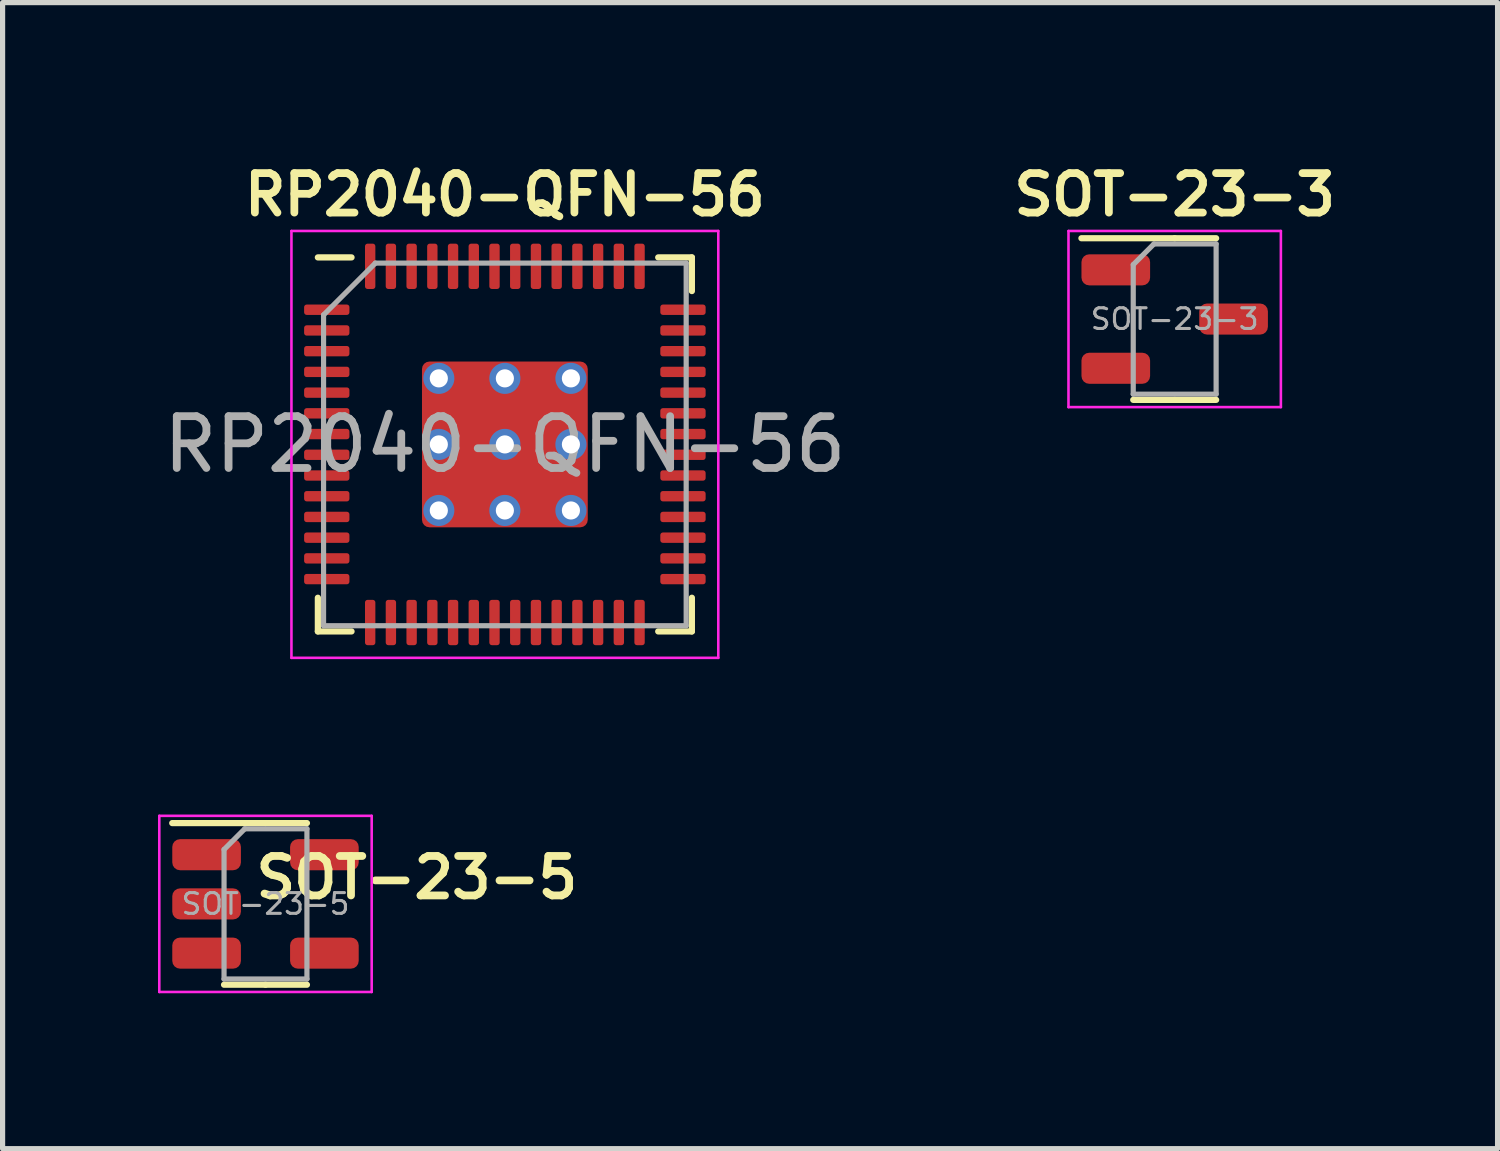
<source format=kicad_pcb>
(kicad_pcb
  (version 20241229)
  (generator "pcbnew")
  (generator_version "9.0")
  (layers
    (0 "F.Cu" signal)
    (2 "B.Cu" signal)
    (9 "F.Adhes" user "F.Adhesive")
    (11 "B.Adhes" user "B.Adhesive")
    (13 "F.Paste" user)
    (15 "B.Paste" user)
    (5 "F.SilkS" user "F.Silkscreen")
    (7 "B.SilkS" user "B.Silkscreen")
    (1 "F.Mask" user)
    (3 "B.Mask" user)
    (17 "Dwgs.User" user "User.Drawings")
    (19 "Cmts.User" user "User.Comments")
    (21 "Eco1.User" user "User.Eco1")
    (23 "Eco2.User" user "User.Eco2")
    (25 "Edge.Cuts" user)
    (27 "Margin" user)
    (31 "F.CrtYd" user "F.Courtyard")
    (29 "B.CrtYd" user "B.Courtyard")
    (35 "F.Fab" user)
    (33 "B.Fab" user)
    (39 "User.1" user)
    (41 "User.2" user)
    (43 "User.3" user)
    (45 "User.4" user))
  (footprint "SOT-23-3"
    (layer "F.Cu")
    (at 19.626 3.109)
    (property "Reference" "SOT-23-3" (at 0 -2.4 180) (layer "F.SilkS") (effects (font (size 0.762 0.762) (thickness 0.15))))
    (attr smd)
    (fp_line (start -1.8 -1.56) (end 0 -1.56) (stroke (width 0.12) (type solid)) (layer "F.SilkS"))
    (fp_line (start -0.8 1.56) (end 0 1.56) (stroke (width 0.12) (type solid)) (layer "F.SilkS"))
    (fp_line (start 0.8 -1.56) (end 0 -1.56) (stroke (width 0.12) (type solid)) (layer "F.SilkS"))
    (fp_line (start 0.8 1.56) (end 0 1.56) (stroke (width 0.12) (type solid)) (layer "F.SilkS"))
    (fp_line (start -2.05 -1.7) (end 2.05 -1.7) (stroke (width 0.05) (type solid)) (layer "F.CrtYd"))
    (fp_line (start -2.05 1.7) (end -2.05 -1.7) (stroke (width 0.05) (type solid)) (layer "F.CrtYd"))
    (fp_line (start 2.05 -1.7) (end 2.05 1.7) (stroke (width 0.05) (type solid)) (layer "F.CrtYd"))
    (fp_line (start 2.05 1.7) (end -2.05 1.7) (stroke (width 0.05) (type solid)) (layer "F.CrtYd"))
    (fp_line (start -0.8 -1.05) (end -0.8 1.45) (stroke (width 0.1) (type solid)) (layer "F.Fab"))
    (fp_line (start -0.8 1.45) (end 0.8 1.45) (stroke (width 0.1) (type solid)) (layer "F.Fab"))
    (fp_line (start -0.4 -1.45) (end -0.8 -1.05) (stroke (width 0.1) (type solid)) (layer "F.Fab"))
    (fp_line (start 0.8 -1.45) (end -0.4 -1.45) (stroke (width 0.1) (type solid)) (layer "F.Fab"))
    (fp_line (start 0.8 1.45) (end 0.8 -1.45) (stroke (width 0.1) (type solid)) (layer "F.Fab"))
    (fp_text user "${REFERENCE}" (at 0 0 180) (layer "F.Fab") (effects (font (size 0.4 0.4) (thickness 0.06))))
    (pad "1" smd roundrect (at -1.137 -0.95 180) (size 1.325 0.6) (layers "F.Cu" "F.Mask" "F.Paste") (roundrect_rratio 0.25))
    (pad "2" smd roundrect (at -1.137 0.95 180) (size 1.325 0.6) (layers "F.Cu" "F.Mask" "F.Paste") (roundrect_rratio 0.25))
    (pad "3" smd roundrect (at 1.137 0 180) (size 1.325 0.6) (layers "F.Cu" "F.Mask" "F.Paste") (roundrect_rratio 0.25)))
  (footprint "RP2040-QFN-56"
    (layer "F.Cu")
    (at 6.696 5.529)
    (property "Reference" "RP2040-QFN-56" (at 0 -4.82 180) (layer "F.SilkS") (effects (font (size 0.762 0.762) (thickness 0.15))))
    (attr smd)
    (fp_line (start -3.61 3.61) (end -3.61 2.96) (stroke (width 0.12) (type solid)) (layer "F.SilkS"))
    (fp_line (start -2.96 -3.61) (end -3.61 -3.61) (stroke (width 0.12) (type solid)) (layer "F.SilkS"))
    (fp_line (start -2.96 3.61) (end -3.61 3.61) (stroke (width 0.12) (type solid)) (layer "F.SilkS"))
    (fp_line (start 2.96 -3.61) (end 3.61 -3.61) (stroke (width 0.12) (type solid)) (layer "F.SilkS"))
    (fp_line (start 2.96 3.61) (end 3.61 3.61) (stroke (width 0.12) (type solid)) (layer "F.SilkS"))
    (fp_line (start 3.61 -3.61) (end 3.61 -2.96) (stroke (width 0.12) (type solid)) (layer "F.SilkS"))
    (fp_line (start 3.61 3.61) (end 3.61 2.96) (stroke (width 0.12) (type solid)) (layer "F.SilkS"))
    (fp_line (start -4.12 -4.12) (end -4.12 4.12) (stroke (width 0.05) (type solid)) (layer "F.CrtYd"))
    (fp_line (start -4.12 4.12) (end 4.12 4.12) (stroke (width 0.05) (type solid)) (layer "F.CrtYd"))
    (fp_line (start 4.12 -4.12) (end -4.12 -4.12) (stroke (width 0.05) (type solid)) (layer "F.CrtYd"))
    (fp_line (start 4.12 4.12) (end 4.12 -4.12) (stroke (width 0.05) (type solid)) (layer "F.CrtYd"))
    (fp_line (start -3.5 -2.5) (end -2.5 -3.5) (stroke (width 0.1) (type solid)) (layer "F.Fab"))
    (fp_line (start -3.5 3.5) (end -3.5 -2.5) (stroke (width 0.1) (type solid)) (layer "F.Fab"))
    (fp_line (start -2.5 -3.5) (end 3.5 -3.5) (stroke (width 0.1) (type solid)) (layer "F.Fab"))
    (fp_line (start 3.5 -3.5) (end 3.5 3.5) (stroke (width 0.1) (type solid)) (layer "F.Fab"))
    (fp_line (start 3.5 3.5) (end -3.5 3.5) (stroke (width 0.1) (type solid)) (layer "F.Fab"))
    (fp_text user "${REFERENCE}" (at 0 0 180) (layer "F.Fab") (effects (font (size 1 1) (thickness 0.15))))
    (pad "" smd roundrect (at -0.637 -0.637) (size 1.084 1.084) (layers "F.Paste") (roundrect_rratio 0.231))
    (pad "" smd roundrect (at -0.637 0.637) (size 1.084 1.084) (layers "F.Paste") (roundrect_rratio 0.231))
    (pad "" smd roundrect (at 0.637 -0.637) (size 1.084 1.084) (layers "F.Paste") (roundrect_rratio 0.231))
    (pad "" smd roundrect (at 0.637 0.637) (size 1.084 1.084) (layers "F.Paste") (roundrect_rratio 0.231))
    (pad "1" smd roundrect (at -3.438 -2.6) (size 0.875 0.2) (layers "F.Cu" "F.Mask" "F.Paste") (roundrect_rratio 0.25))
    (pad "2" smd roundrect (at -3.438 -2.2) (size 0.875 0.2) (layers "F.Cu" "F.Mask" "F.Paste") (roundrect_rratio 0.25))
    (pad "3" smd roundrect (at -3.438 -1.8) (size 0.875 0.2) (layers "F.Cu" "F.Mask" "F.Paste") (roundrect_rratio 0.25))
    (pad "4" smd roundrect (at -3.438 -1.4) (size 0.875 0.2) (layers "F.Cu" "F.Mask" "F.Paste") (roundrect_rratio 0.25))
    (pad "5" smd roundrect (at -3.438 -1) (size 0.875 0.2) (layers "F.Cu" "F.Mask" "F.Paste") (roundrect_rratio 0.25))
    (pad "6" smd roundrect (at -3.438 -0.6) (size 0.875 0.2) (layers "F.Cu" "F.Mask" "F.Paste") (roundrect_rratio 0.25))
    (pad "7" smd roundrect (at -3.438 -0.2) (size 0.875 0.2) (layers "F.Cu" "F.Mask" "F.Paste") (roundrect_rratio 0.25))
    (pad "8" smd roundrect (at -3.438 0.2) (size 0.875 0.2) (layers "F.Cu" "F.Mask" "F.Paste") (roundrect_rratio 0.25))
    (pad "9" smd roundrect (at -3.438 0.6) (size 0.875 0.2) (layers "F.Cu" "F.Mask" "F.Paste") (roundrect_rratio 0.25))
    (pad "10" smd roundrect (at -3.438 1) (size 0.875 0.2) (layers "F.Cu" "F.Mask" "F.Paste") (roundrect_rratio 0.25))
    (pad "11" smd roundrect (at -3.438 1.4) (size 0.875 0.2) (layers "F.Cu" "F.Mask" "F.Paste") (roundrect_rratio 0.25))
    (pad "12" smd roundrect (at -3.438 1.8) (size 0.875 0.2) (layers "F.Cu" "F.Mask" "F.Paste") (roundrect_rratio 0.25))
    (pad "13" smd roundrect (at -3.438 2.2) (size 0.875 0.2) (layers "F.Cu" "F.Mask" "F.Paste") (roundrect_rratio 0.25))
    (pad "14" smd roundrect (at -3.438 2.6) (size 0.875 0.2) (layers "F.Cu" "F.Mask" "F.Paste") (roundrect_rratio 0.25))
    (pad "15" smd roundrect (at -2.6 3.438) (size 0.2 0.875) (layers "F.Cu" "F.Mask" "F.Paste") (roundrect_rratio 0.25))
    (pad "16" smd roundrect (at -2.2 3.438) (size 0.2 0.875) (layers "F.Cu" "F.Mask" "F.Paste") (roundrect_rratio 0.25))
    (pad "17" smd roundrect (at -1.8 3.438) (size 0.2 0.875) (layers "F.Cu" "F.Mask" "F.Paste") (roundrect_rratio 0.25))
    (pad "18" smd roundrect (at -1.4 3.438) (size 0.2 0.875) (layers "F.Cu" "F.Mask" "F.Paste") (roundrect_rratio 0.25))
    (pad "19" smd roundrect (at -1 3.438) (size 0.2 0.875) (layers "F.Cu" "F.Mask" "F.Paste") (roundrect_rratio 0.25))
    (pad "20" smd roundrect (at -0.6 3.438) (size 0.2 0.875) (layers "F.Cu" "F.Mask" "F.Paste") (roundrect_rratio 0.25))
    (pad "21" smd roundrect (at -0.2 3.438) (size 0.2 0.875) (layers "F.Cu" "F.Mask" "F.Paste") (roundrect_rratio 0.25))
    (pad "22" smd roundrect (at 0.2 3.438) (size 0.2 0.875) (layers "F.Cu" "F.Mask" "F.Paste") (roundrect_rratio 0.25))
    (pad "23" smd roundrect (at 0.6 3.438) (size 0.2 0.875) (layers "F.Cu" "F.Mask" "F.Paste") (roundrect_rratio 0.25))
    (pad "24" smd roundrect (at 1 3.438) (size 0.2 0.875) (layers "F.Cu" "F.Mask" "F.Paste") (roundrect_rratio 0.25))
    (pad "25" smd roundrect (at 1.4 3.438) (size 0.2 0.875) (layers "F.Cu" "F.Mask" "F.Paste") (roundrect_rratio 0.25))
    (pad "26" smd roundrect (at 1.8 3.438) (size 0.2 0.875) (layers "F.Cu" "F.Mask" "F.Paste") (roundrect_rratio 0.25))
    (pad "27" smd roundrect (at 2.2 3.438) (size 0.2 0.875) (layers "F.Cu" "F.Mask" "F.Paste") (roundrect_rratio 0.25))
    (pad "28" smd roundrect (at 2.6 3.438) (size 0.2 0.875) (layers "F.Cu" "F.Mask" "F.Paste") (roundrect_rratio 0.25))
    (pad "29" smd roundrect (at 3.438 2.6) (size 0.875 0.2) (layers "F.Cu" "F.Mask" "F.Paste") (roundrect_rratio 0.25))
    (pad "30" smd roundrect (at 3.438 2.2) (size 0.875 0.2) (layers "F.Cu" "F.Mask" "F.Paste") (roundrect_rratio 0.25))
    (pad "31" smd roundrect (at 3.438 1.8) (size 0.875 0.2) (layers "F.Cu" "F.Mask" "F.Paste") (roundrect_rratio 0.25))
    (pad "32" smd roundrect (at 3.438 1.4) (size 0.875 0.2) (layers "F.Cu" "F.Mask" "F.Paste") (roundrect_rratio 0.25))
    (pad "33" smd roundrect (at 3.438 1) (size 0.875 0.2) (layers "F.Cu" "F.Mask" "F.Paste") (roundrect_rratio 0.25))
    (pad "34" smd roundrect (at 3.438 0.6) (size 0.875 0.2) (layers "F.Cu" "F.Mask" "F.Paste") (roundrect_rratio 0.25))
    (pad "35" smd roundrect (at 3.438 0.2) (size 0.875 0.2) (layers "F.Cu" "F.Mask" "F.Paste") (roundrect_rratio 0.25))
    (pad "36" smd roundrect (at 3.438 -0.2) (size 0.875 0.2) (layers "F.Cu" "F.Mask" "F.Paste") (roundrect_rratio 0.25))
    (pad "37" smd roundrect (at 3.438 -0.6) (size 0.875 0.2) (layers "F.Cu" "F.Mask" "F.Paste") (roundrect_rratio 0.25))
    (pad "38" smd roundrect (at 3.438 -1) (size 0.875 0.2) (layers "F.Cu" "F.Mask" "F.Paste") (roundrect_rratio 0.25))
    (pad "39" smd roundrect (at 3.438 -1.4) (size 0.875 0.2) (layers "F.Cu" "F.Mask" "F.Paste") (roundrect_rratio 0.25))
    (pad "40" smd roundrect (at 3.438 -1.8) (size 0.875 0.2) (layers "F.Cu" "F.Mask" "F.Paste") (roundrect_rratio 0.25))
    (pad "41" smd roundrect (at 3.438 -2.2) (size 0.875 0.2) (layers "F.Cu" "F.Mask" "F.Paste") (roundrect_rratio 0.25))
    (pad "42" smd roundrect (at 3.438 -2.6) (size 0.875 0.2) (layers "F.Cu" "F.Mask" "F.Paste") (roundrect_rratio 0.25))
    (pad "43" smd roundrect (at 2.6 -3.438) (size 0.2 0.875) (layers "F.Cu" "F.Mask" "F.Paste") (roundrect_rratio 0.25))
    (pad "44" smd roundrect (at 2.2 -3.438) (size 0.2 0.875) (layers "F.Cu" "F.Mask" "F.Paste") (roundrect_rratio 0.25))
    (pad "45" smd roundrect (at 1.8 -3.438) (size 0.2 0.875) (layers "F.Cu" "F.Mask" "F.Paste") (roundrect_rratio 0.25))
    (pad "46" smd roundrect (at 1.4 -3.438) (size 0.2 0.875) (layers "F.Cu" "F.Mask" "F.Paste") (roundrect_rratio 0.25))
    (pad "47" smd roundrect (at 1 -3.438) (size 0.2 0.875) (layers "F.Cu" "F.Mask" "F.Paste") (roundrect_rratio 0.25))
    (pad "48" smd roundrect (at 0.6 -3.438) (size 0.2 0.875) (layers "F.Cu" "F.Mask" "F.Paste") (roundrect_rratio 0.25))
    (pad "49" smd roundrect (at 0.2 -3.438) (size 0.2 0.875) (layers "F.Cu" "F.Mask" "F.Paste") (roundrect_rratio 0.25))
    (pad "50" smd roundrect (at -0.2 -3.438) (size 0.2 0.875) (layers "F.Cu" "F.Mask" "F.Paste") (roundrect_rratio 0.25))
    (pad "51" smd roundrect (at -0.6 -3.438) (size 0.2 0.875) (layers "F.Cu" "F.Mask" "F.Paste") (roundrect_rratio 0.25))
    (pad "52" smd roundrect (at -1 -3.438) (size 0.2 0.875) (layers "F.Cu" "F.Mask" "F.Paste") (roundrect_rratio 0.25))
    (pad "53" smd roundrect (at -1.4 -3.438) (size 0.2 0.875) (layers "F.Cu" "F.Mask" "F.Paste") (roundrect_rratio 0.25))
    (pad "54" smd roundrect (at -1.8 -3.438) (size 0.2 0.875) (layers "F.Cu" "F.Mask" "F.Paste") (roundrect_rratio 0.25))
    (pad "55" smd roundrect (at -2.2 -3.438) (size 0.2 0.875) (layers "F.Cu" "F.Mask" "F.Paste") (roundrect_rratio 0.25))
    (pad "56" smd roundrect (at -2.6 -3.438) (size 0.2 0.875) (layers "F.Cu" "F.Mask" "F.Paste") (roundrect_rratio 0.25))
    (pad "57" thru_hole circle (at -1.275 -1.275) (size 0.6 0.6) (drill 0.35) (layers "*.Cu"))
    (pad "57" thru_hole circle (at -1.275 0) (size 0.6 0.6) (drill 0.35) (layers "*.Cu"))
    (pad "57" thru_hole circle (at -1.275 1.275) (size 0.6 0.6) (drill 0.35) (layers "*.Cu"))
    (pad "57" thru_hole circle (at 0 -1.275) (size 0.6 0.6) (drill 0.35) (layers "*.Cu"))
    (pad "57" thru_hole circle (at 0 0) (size 0.6 0.6) (drill 0.35) (layers "*.Cu"))
    (pad "57" smd roundrect (at 0 0) (size 3.2 3.2) (layers "F.Cu" "F.Mask") (roundrect_rratio 0.045))
    (pad "57" thru_hole circle (at 0 1.275) (size 0.6 0.6) (drill 0.35) (layers "*.Cu"))
    (pad "57" thru_hole circle (at 1.275 -1.275) (size 0.6 0.6) (drill 0.35) (layers "*.Cu"))
    (pad "57" thru_hole circle (at 1.275 0) (size 0.6 0.6) (drill 0.35) (layers "*.Cu"))
    (pad "57" thru_hole circle (at 1.275 1.275) (size 0.6 0.6) (drill 0.35) (layers "*.Cu")))
  (footprint "SOT-23-5"
    (layer "F.Cu")
    (at 2.075 14.399)
    (property "Reference" "SOT-23-5" (at 2.921 -0.508 180) (layer "F.SilkS") (effects (font (size 0.762 0.762) (thickness 0.15))))
    (attr smd)
    (fp_line (start 0 -1.56) (end -1.8 -1.56) (stroke (width 0.12) (type solid)) (layer "F.SilkS"))
    (fp_line (start 0 -1.56) (end 0.8 -1.56) (stroke (width 0.12) (type solid)) (layer "F.SilkS"))
    (fp_line (start 0 1.56) (end -0.8 1.56) (stroke (width 0.12) (type solid)) (layer "F.SilkS"))
    (fp_line (start 0 1.56) (end 0.8 1.56) (stroke (width 0.12) (type solid)) (layer "F.SilkS"))
    (fp_line (start -2.05 -1.7) (end -2.05 1.7) (stroke (width 0.05) (type solid)) (layer "F.CrtYd"))
    (fp_line (start -2.05 1.7) (end 2.05 1.7) (stroke (width 0.05) (type solid)) (layer "F.CrtYd"))
    (fp_line (start 2.05 -1.7) (end -2.05 -1.7) (stroke (width 0.05) (type solid)) (layer "F.CrtYd"))
    (fp_line (start 2.05 1.7) (end 2.05 -1.7) (stroke (width 0.05) (type solid)) (layer "F.CrtYd"))
    (fp_line (start -0.8 -1.05) (end -0.4 -1.45) (stroke (width 0.1) (type solid)) (layer "F.Fab"))
    (fp_line (start -0.8 1.45) (end -0.8 -1.05) (stroke (width 0.1) (type solid)) (layer "F.Fab"))
    (fp_line (start -0.4 -1.45) (end 0.8 -1.45) (stroke (width 0.1) (type solid)) (layer "F.Fab"))
    (fp_line (start 0.8 -1.45) (end 0.8 1.45) (stroke (width 0.1) (type solid)) (layer "F.Fab"))
    (fp_line (start 0.8 1.45) (end -0.8 1.45) (stroke (width 0.1) (type solid)) (layer "F.Fab"))
    (fp_text user "${REFERENCE}" (at 0 0 180) (layer "F.Fab") (effects (font (size 0.4 0.4) (thickness 0.06))))
    (pad "1" smd roundrect (at -1.137 -0.95) (size 1.325 0.6) (layers "F.Cu" "F.Mask" "F.Paste") (roundrect_rratio 0.25))
    (pad "2" smd roundrect (at -1.137 0) (size 1.325 0.6) (layers "F.Cu" "F.Mask" "F.Paste") (roundrect_rratio 0.25))
    (pad "3" smd roundrect (at -1.137 0.95) (size 1.325 0.6) (layers "F.Cu" "F.Mask" "F.Paste") (roundrect_rratio 0.25))
    (pad "4" smd roundrect (at 1.137 0.95) (size 1.325 0.6) (layers "F.Cu" "F.Mask" "F.Paste") (roundrect_rratio 0.25))
    (pad "5" smd roundrect (at 1.137 -0.95) (size 1.325 0.6) (layers "F.Cu" "F.Mask" "F.Paste") (roundrect_rratio 0.25)))
  (gr_rect
    (start -3 -3)
    (end 25.859 19.124)
    (stroke (width 0.1) (type default))
    (fill no)
    (layer "Edge.Cuts")))
</source>
